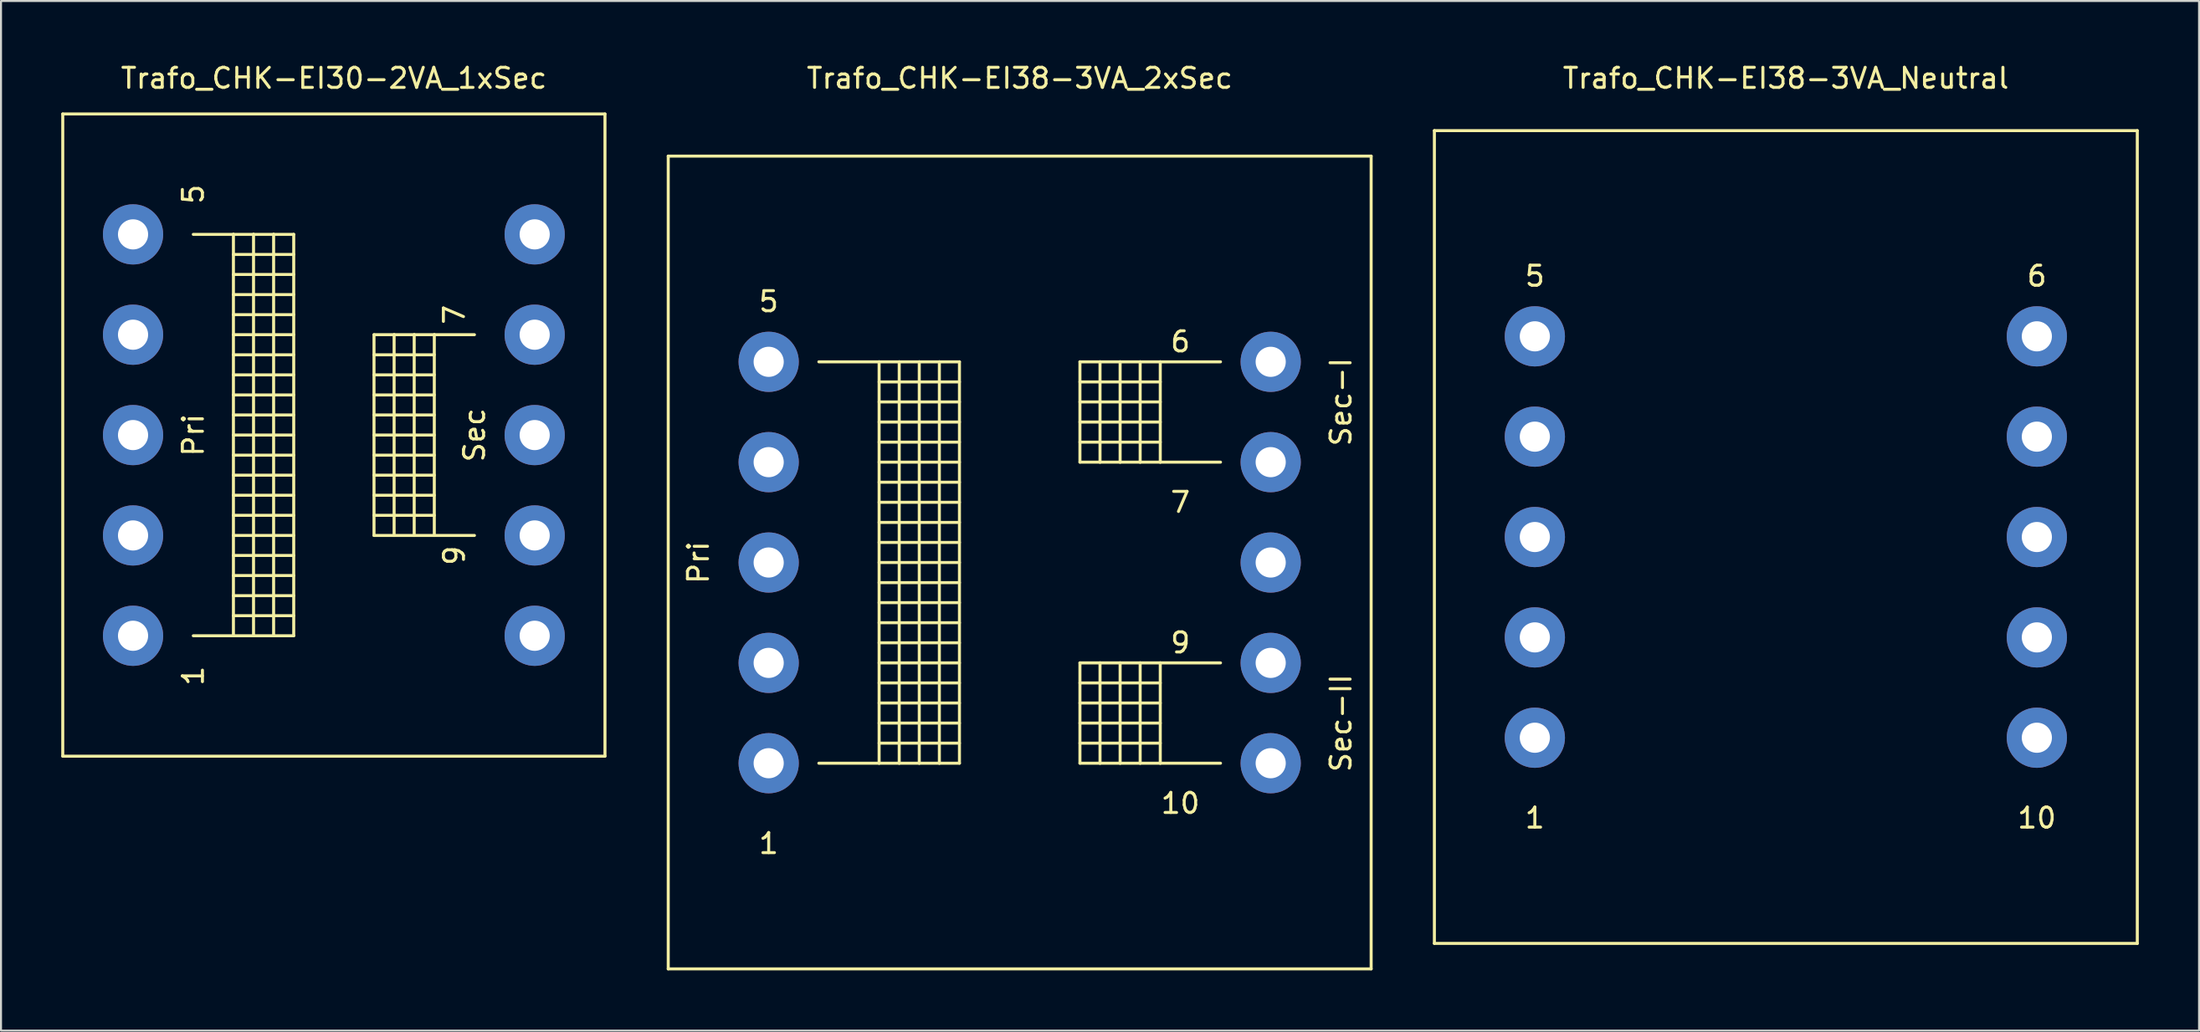
<source format=kicad_pcb>
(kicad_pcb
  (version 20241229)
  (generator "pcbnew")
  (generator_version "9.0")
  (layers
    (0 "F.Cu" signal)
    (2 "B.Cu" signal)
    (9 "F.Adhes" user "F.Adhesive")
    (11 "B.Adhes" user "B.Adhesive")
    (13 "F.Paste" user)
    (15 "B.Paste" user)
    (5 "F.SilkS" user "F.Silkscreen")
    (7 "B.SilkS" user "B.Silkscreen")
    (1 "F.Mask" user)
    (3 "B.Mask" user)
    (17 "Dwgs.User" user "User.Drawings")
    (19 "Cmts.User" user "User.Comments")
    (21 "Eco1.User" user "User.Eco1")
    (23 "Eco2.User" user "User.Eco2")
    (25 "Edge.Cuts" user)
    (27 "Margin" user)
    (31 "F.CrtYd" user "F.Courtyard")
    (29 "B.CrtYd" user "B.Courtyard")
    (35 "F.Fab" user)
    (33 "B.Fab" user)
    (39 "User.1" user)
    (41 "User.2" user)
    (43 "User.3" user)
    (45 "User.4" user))
  (footprint "Trafo_CHK-EI30-2VA_1xSec"
    (layer "F.Cu")
    (at 13.575 18.628)
    (property "Reference" "Trafo_CHK-EI30-2VA_1xSec" (at 0 -17.78 0) (layer "F.SilkS") (effects (font (size 1 1) (thickness 0.15))))
    (attr through_hole)
    (fp_line (start -13.5 -15.999) (end -13.5 15.999) (stroke (width 0.15) (type solid)) (layer "F.SilkS"))
    (fp_line (start -13.5 15.999) (end 13.5 15.999) (stroke (width 0.15) (type solid)) (layer "F.SilkS"))
    (fp_line (start -7 -10) (end -5.001 -10) (stroke (width 0.15) (type solid)) (layer "F.SilkS"))
    (fp_line (start -5.001 -10) (end -5.001 10) (stroke (width 0.15) (type solid)) (layer "F.SilkS"))
    (fp_line (start -5.001 -10) (end -4 -10) (stroke (width 0.15) (type solid)) (layer "F.SilkS"))
    (fp_line (start -5.001 -8.999) (end -1.999 -8.999) (stroke (width 0.15) (type solid)) (layer "F.SilkS"))
    (fp_line (start -5.001 -7) (end -1.999 -7) (stroke (width 0.15) (type solid)) (layer "F.SilkS"))
    (fp_line (start -5.001 -5.001) (end -1.999 -5.001) (stroke (width 0.15) (type solid)) (layer "F.SilkS"))
    (fp_line (start -5.001 -3) (end -1.999 -3) (stroke (width 0.15) (type solid)) (layer "F.SilkS"))
    (fp_line (start -5.001 -1.001) (end -1.999 -1.001) (stroke (width 0.15) (type solid)) (layer "F.SilkS"))
    (fp_line (start -5.001 1.001) (end -1.999 1.001) (stroke (width 0.15) (type solid)) (layer "F.SilkS"))
    (fp_line (start -5.001 3) (end -1.999 3) (stroke (width 0.15) (type solid)) (layer "F.SilkS"))
    (fp_line (start -5.001 5.001) (end -1.999 5.001) (stroke (width 0.15) (type solid)) (layer "F.SilkS"))
    (fp_line (start -5.001 7) (end -1.999 7) (stroke (width 0.15) (type solid)) (layer "F.SilkS"))
    (fp_line (start -5.001 8.999) (end -1.999 8.999) (stroke (width 0.15) (type solid)) (layer "F.SilkS"))
    (fp_line (start -5.001 10) (end -7 10) (stroke (width 0.15) (type solid)) (layer "F.SilkS"))
    (fp_line (start -4 -10) (end -4 10) (stroke (width 0.15) (type solid)) (layer "F.SilkS"))
    (fp_line (start -4 -10) (end -3 -10) (stroke (width 0.15) (type solid)) (layer "F.SilkS"))
    (fp_line (start -4 10) (end -5.001 10) (stroke (width 0.15) (type solid)) (layer "F.SilkS"))
    (fp_line (start -3 -10) (end -3 10) (stroke (width 0.15) (type solid)) (layer "F.SilkS"))
    (fp_line (start -3 -10) (end -1.999 -10) (stroke (width 0.15) (type solid)) (layer "F.SilkS"))
    (fp_line (start -3 10) (end -4 10) (stroke (width 0.15) (type solid)) (layer "F.SilkS"))
    (fp_line (start -1.999 -10) (end -1.999 10) (stroke (width 0.15) (type solid)) (layer "F.SilkS"))
    (fp_line (start -1.999 -8.001) (end -5.001 -8.001) (stroke (width 0.15) (type solid)) (layer "F.SilkS"))
    (fp_line (start -1.999 -5.999) (end -5.001 -5.999) (stroke (width 0.15) (type solid)) (layer "F.SilkS"))
    (fp_line (start -1.999 -4) (end -5.001 -4) (stroke (width 0.15) (type solid)) (layer "F.SilkS"))
    (fp_line (start -1.999 -1.999) (end -5.001 -1.999) (stroke (width 0.15) (type solid)) (layer "F.SilkS"))
    (fp_line (start -1.999 0) (end -5.001 0) (stroke (width 0.15) (type solid)) (layer "F.SilkS"))
    (fp_line (start -1.999 1.999) (end -5.001 1.999) (stroke (width 0.15) (type solid)) (layer "F.SilkS"))
    (fp_line (start -1.999 4) (end -5.001 4) (stroke (width 0.15) (type solid)) (layer "F.SilkS"))
    (fp_line (start -1.999 5.999) (end -5.001 5.999) (stroke (width 0.15) (type solid)) (layer "F.SilkS"))
    (fp_line (start -1.999 8.001) (end -5.001 8.001) (stroke (width 0.15) (type solid)) (layer "F.SilkS"))
    (fp_line (start -1.999 10) (end -3 10) (stroke (width 0.15) (type solid)) (layer "F.SilkS"))
    (fp_line (start 1.999 -5.001) (end 1.999 5.001) (stroke (width 0.15) (type solid)) (layer "F.SilkS"))
    (fp_line (start 1.999 -4) (end 5.001 -4) (stroke (width 0.15) (type solid)) (layer "F.SilkS"))
    (fp_line (start 1.999 -1.999) (end 5.001 -1.999) (stroke (width 0.15) (type solid)) (layer "F.SilkS"))
    (fp_line (start 1.999 0) (end 5.001 0) (stroke (width 0.15) (type solid)) (layer "F.SilkS"))
    (fp_line (start 1.999 1.999) (end 5.001 1.999) (stroke (width 0.15) (type solid)) (layer "F.SilkS"))
    (fp_line (start 1.999 4) (end 5.001 4) (stroke (width 0.15) (type solid)) (layer "F.SilkS"))
    (fp_line (start 1.999 5.001) (end 3 5.001) (stroke (width 0.15) (type solid)) (layer "F.SilkS"))
    (fp_line (start 3 -5.001) (end 1.999 -5.001) (stroke (width 0.15) (type solid)) (layer "F.SilkS"))
    (fp_line (start 3 -5.001) (end 3 5.001) (stroke (width 0.15) (type solid)) (layer "F.SilkS"))
    (fp_line (start 3 5.001) (end 4 5.001) (stroke (width 0.15) (type solid)) (layer "F.SilkS"))
    (fp_line (start 4 -5.001) (end 3 -5.001) (stroke (width 0.15) (type solid)) (layer "F.SilkS"))
    (fp_line (start 4 -5.001) (end 4 5.001) (stroke (width 0.15) (type solid)) (layer "F.SilkS"))
    (fp_line (start 4 5.001) (end 5.001 5.001) (stroke (width 0.15) (type solid)) (layer "F.SilkS"))
    (fp_line (start 5.001 -5.001) (end 4 -5.001) (stroke (width 0.15) (type solid)) (layer "F.SilkS"))
    (fp_line (start 5.001 -5.001) (end 5.001 5.001) (stroke (width 0.15) (type solid)) (layer "F.SilkS"))
    (fp_line (start 5.001 -3) (end 1.999 -3) (stroke (width 0.15) (type solid)) (layer "F.SilkS"))
    (fp_line (start 5.001 -1.001) (end 1.999 -1.001) (stroke (width 0.15) (type solid)) (layer "F.SilkS"))
    (fp_line (start 5.001 1.001) (end 1.999 1.001) (stroke (width 0.15) (type solid)) (layer "F.SilkS"))
    (fp_line (start 5.001 3) (end 1.999 3) (stroke (width 0.15) (type solid)) (layer "F.SilkS"))
    (fp_line (start 5.001 5.001) (end 7 5.001) (stroke (width 0.15) (type solid)) (layer "F.SilkS"))
    (fp_line (start 7 -5.001) (end 5.001 -5.001) (stroke (width 0.15) (type solid)) (layer "F.SilkS"))
    (fp_line (start 13.5 -15.999) (end -13.5 -15.999) (stroke (width 0.15) (type solid)) (layer "F.SilkS"))
    (fp_line (start 13.5 15.999) (end 13.5 -15.999) (stroke (width 0.15) (type solid)) (layer "F.SilkS"))
    (fp_text user "Pri" (at -7 0 90) (layer "F.SilkS") (effects (font (size 1 1) (thickness 0.15))))
    (fp_text user "7" (at 5.999 -5.999 90) (layer "F.SilkS") (effects (font (size 1 1) (thickness 0.15))))
    (fp_text user "Sec" (at 7 0 90) (layer "F.SilkS") (effects (font (size 1 1) (thickness 0.15))))
    (fp_text user "1" (at -7 11.999 90) (layer "F.SilkS") (effects (font (size 1 1) (thickness 0.15))))
    (fp_text user "9" (at 5.999 6.002 90) (layer "F.SilkS") (effects (font (size 1 1) (thickness 0.15))))
    (fp_text user "5" (at -7 -11.999 90) (layer "F.SilkS") (effects (font (size 1 1) (thickness 0.15))))
    (pad "1" thru_hole circle (at -10 10) (size 3 3) (drill 1.501) (layers "*.Cu" "*.Mask"))
    (pad "2" thru_hole circle (at -10 5.001) (size 3 3) (drill 1.501) (layers "*.Cu" "*.Mask"))
    (pad "3" thru_hole circle (at -10 0) (size 3 3) (drill 1.501) (layers "*.Cu" "*.Mask"))
    (pad "4" thru_hole circle (at -10 -5.001) (size 3 3) (drill 1.501) (layers "*.Cu" "*.Mask"))
    (pad "5" thru_hole circle (at -10 -10) (size 3 3) (drill 1.501) (layers "*.Cu" "*.Mask"))
    (pad "6" thru_hole circle (at 10 -10) (size 3 3) (drill 1.501) (layers "*.Cu" "*.Mask"))
    (pad "7" thru_hole circle (at 10 -5.001) (size 3 3) (drill 1.501) (layers "*.Cu" "*.Mask"))
    (pad "8" thru_hole circle (at 10 0) (size 3 3) (drill 1.501) (layers "*.Cu" "*.Mask"))
    (pad "9" thru_hole circle (at 10 5.001) (size 3 3) (drill 1.501) (layers "*.Cu" "*.Mask"))
    (pad "10" thru_hole circle (at 10 10) (size 3 3) (drill 1.501) (layers "*.Cu" "*.Mask")))
  (footprint "Trafo_CHK-EI38-3VA_2xSec"
    (layer "F.Cu")
    (at 47.726 24.978)
    (property "Reference" "Trafo_CHK-EI38-3VA_2xSec" (at 0 -24.13 0) (layer "F.SilkS") (effects (font (size 1 1) (thickness 0.15))))
    (attr through_hole)
    (fp_line (start -17.501 -20.249) (end -17.501 20.249) (stroke (width 0.15) (type solid)) (layer "F.SilkS"))
    (fp_line (start -17.501 20.249) (end 17.501 20.249) (stroke (width 0.15) (type solid)) (layer "F.SilkS"))
    (fp_line (start -10 -10) (end -7 -10) (stroke (width 0.15) (type solid)) (layer "F.SilkS"))
    (fp_line (start -7 -10) (end -7 10) (stroke (width 0.15) (type solid)) (layer "F.SilkS"))
    (fp_line (start -7 -10) (end -5.999 -10) (stroke (width 0.15) (type solid)) (layer "F.SilkS"))
    (fp_line (start -7 -8.999) (end -3 -8.999) (stroke (width 0.15) (type solid)) (layer "F.SilkS"))
    (fp_line (start -7 -8.001) (end -3 -8.001) (stroke (width 0.15) (type solid)) (layer "F.SilkS"))
    (fp_line (start -7 -7) (end -3 -7) (stroke (width 0.15) (type solid)) (layer "F.SilkS"))
    (fp_line (start -7 -5.999) (end -3 -5.999) (stroke (width 0.15) (type solid)) (layer "F.SilkS"))
    (fp_line (start -7 -5.001) (end -3 -5.001) (stroke (width 0.15) (type solid)) (layer "F.SilkS"))
    (fp_line (start -7 -4) (end -3 -4) (stroke (width 0.15) (type solid)) (layer "F.SilkS"))
    (fp_line (start -7 -3) (end -3 -3) (stroke (width 0.15) (type solid)) (layer "F.SilkS"))
    (fp_line (start -7 -1.999) (end -3 -1.999) (stroke (width 0.15) (type solid)) (layer "F.SilkS"))
    (fp_line (start -7 -1.001) (end -3 -1.001) (stroke (width 0.15) (type solid)) (layer "F.SilkS"))
    (fp_line (start -7 0) (end -3 0) (stroke (width 0.15) (type solid)) (layer "F.SilkS"))
    (fp_line (start -7 1.001) (end -3 1.001) (stroke (width 0.15) (type solid)) (layer "F.SilkS"))
    (fp_line (start -7 1.999) (end -3 1.999) (stroke (width 0.15) (type solid)) (layer "F.SilkS"))
    (fp_line (start -7 3) (end -3 3) (stroke (width 0.15) (type solid)) (layer "F.SilkS"))
    (fp_line (start -7 4) (end -3 4) (stroke (width 0.15) (type solid)) (layer "F.SilkS"))
    (fp_line (start -7 5.001) (end -3 5.001) (stroke (width 0.15) (type solid)) (layer "F.SilkS"))
    (fp_line (start -7 5.999) (end -3 5.999) (stroke (width 0.15) (type solid)) (layer "F.SilkS"))
    (fp_line (start -7 7) (end -3 7) (stroke (width 0.15) (type solid)) (layer "F.SilkS"))
    (fp_line (start -7 8.001) (end -3 8.001) (stroke (width 0.15) (type solid)) (layer "F.SilkS"))
    (fp_line (start -7 8.999) (end -3 8.999) (stroke (width 0.15) (type solid)) (layer "F.SilkS"))
    (fp_line (start -7 10) (end -10 10) (stroke (width 0.15) (type solid)) (layer "F.SilkS"))
    (fp_line (start -5.999 -10) (end -5.999 10) (stroke (width 0.15) (type solid)) (layer "F.SilkS"))
    (fp_line (start -5.999 -10) (end -5.001 -10) (stroke (width 0.15) (type solid)) (layer "F.SilkS"))
    (fp_line (start -5.999 10) (end -7 10) (stroke (width 0.15) (type solid)) (layer "F.SilkS"))
    (fp_line (start -5.001 -10) (end -5.001 10) (stroke (width 0.15) (type solid)) (layer "F.SilkS"))
    (fp_line (start -5.001 -10) (end -4 -10) (stroke (width 0.15) (type solid)) (layer "F.SilkS"))
    (fp_line (start -5.001 10) (end -5.999 10) (stroke (width 0.15) (type solid)) (layer "F.SilkS"))
    (fp_line (start -4 -10) (end -4 10) (stroke (width 0.15) (type solid)) (layer "F.SilkS"))
    (fp_line (start -4 -10) (end -3 -10) (stroke (width 0.15) (type solid)) (layer "F.SilkS"))
    (fp_line (start -4 10) (end -5.001 10) (stroke (width 0.15) (type solid)) (layer "F.SilkS"))
    (fp_line (start -3 -10) (end -3 10) (stroke (width 0.15) (type solid)) (layer "F.SilkS"))
    (fp_line (start -3 10) (end -4 10) (stroke (width 0.15) (type solid)) (layer "F.SilkS"))
    (fp_line (start 3 -10) (end 3 -5.001) (stroke (width 0.15) (type solid)) (layer "F.SilkS"))
    (fp_line (start 3 -8.999) (end 7 -8.999) (stroke (width 0.15) (type solid)) (layer "F.SilkS"))
    (fp_line (start 3 -7) (end 7 -7) (stroke (width 0.15) (type solid)) (layer "F.SilkS"))
    (fp_line (start 3 -5.001) (end 4 -5.001) (stroke (width 0.15) (type solid)) (layer "F.SilkS"))
    (fp_line (start 3 5.001) (end 3 10) (stroke (width 0.15) (type solid)) (layer "F.SilkS"))
    (fp_line (start 3 5.999) (end 7 5.999) (stroke (width 0.15) (type solid)) (layer "F.SilkS"))
    (fp_line (start 3 7) (end 7 7) (stroke (width 0.15) (type solid)) (layer "F.SilkS"))
    (fp_line (start 3 8.001) (end 7 8.001) (stroke (width 0.15) (type solid)) (layer "F.SilkS"))
    (fp_line (start 3 8.999) (end 7 8.999) (stroke (width 0.15) (type solid)) (layer "F.SilkS"))
    (fp_line (start 3 10) (end 4 10) (stroke (width 0.15) (type solid)) (layer "F.SilkS"))
    (fp_line (start 4 -10) (end 3 -10) (stroke (width 0.15) (type solid)) (layer "F.SilkS"))
    (fp_line (start 4 -10) (end 4 -5.001) (stroke (width 0.15) (type solid)) (layer "F.SilkS"))
    (fp_line (start 4 -5.001) (end 5.001 -5.001) (stroke (width 0.15) (type solid)) (layer "F.SilkS"))
    (fp_line (start 4 5.001) (end 3 5.001) (stroke (width 0.15) (type solid)) (layer "F.SilkS"))
    (fp_line (start 4 5.001) (end 4 10) (stroke (width 0.15) (type solid)) (layer "F.SilkS"))
    (fp_line (start 4 10) (end 5.001 10) (stroke (width 0.15) (type solid)) (layer "F.SilkS"))
    (fp_line (start 5.001 -10) (end 4 -10) (stroke (width 0.15) (type solid)) (layer "F.SilkS"))
    (fp_line (start 5.001 -10) (end 5.001 -5.001) (stroke (width 0.15) (type solid)) (layer "F.SilkS"))
    (fp_line (start 5.001 -5.001) (end 5.999 -5.001) (stroke (width 0.15) (type solid)) (layer "F.SilkS"))
    (fp_line (start 5.001 5.001) (end 4 5.001) (stroke (width 0.15) (type solid)) (layer "F.SilkS"))
    (fp_line (start 5.001 5.001) (end 5.001 10) (stroke (width 0.15) (type solid)) (layer "F.SilkS"))
    (fp_line (start 5.001 10) (end 5.999 10) (stroke (width 0.15) (type solid)) (layer "F.SilkS"))
    (fp_line (start 5.999 -10) (end 5.001 -10) (stroke (width 0.15) (type solid)) (layer "F.SilkS"))
    (fp_line (start 5.999 -10) (end 5.999 -5.001) (stroke (width 0.15) (type solid)) (layer "F.SilkS"))
    (fp_line (start 5.999 -5.001) (end 7 -5.001) (stroke (width 0.15) (type solid)) (layer "F.SilkS"))
    (fp_line (start 5.999 5.001) (end 5.001 5.001) (stroke (width 0.15) (type solid)) (layer "F.SilkS"))
    (fp_line (start 5.999 5.001) (end 5.999 10) (stroke (width 0.15) (type solid)) (layer "F.SilkS"))
    (fp_line (start 5.999 10) (end 7 10) (stroke (width 0.15) (type solid)) (layer "F.SilkS"))
    (fp_line (start 7 -10) (end 5.999 -10) (stroke (width 0.15) (type solid)) (layer "F.SilkS"))
    (fp_line (start 7 -10) (end 7 -5.001) (stroke (width 0.15) (type solid)) (layer "F.SilkS"))
    (fp_line (start 7 -8.001) (end 3 -8.001) (stroke (width 0.15) (type solid)) (layer "F.SilkS"))
    (fp_line (start 7 -5.999) (end 3 -5.999) (stroke (width 0.15) (type solid)) (layer "F.SilkS"))
    (fp_line (start 7 -5.001) (end 10 -5.001) (stroke (width 0.15) (type solid)) (layer "F.SilkS"))
    (fp_line (start 7 5.001) (end 5.999 5.001) (stroke (width 0.15) (type solid)) (layer "F.SilkS"))
    (fp_line (start 7 5.001) (end 7 10) (stroke (width 0.15) (type solid)) (layer "F.SilkS"))
    (fp_line (start 7 10) (end 10 10) (stroke (width 0.15) (type solid)) (layer "F.SilkS"))
    (fp_line (start 10 -10) (end 7 -10) (stroke (width 0.15) (type solid)) (layer "F.SilkS"))
    (fp_line (start 10 5.001) (end 7 5.001) (stroke (width 0.15) (type solid)) (layer "F.SilkS"))
    (fp_line (start 17.501 -20.249) (end -17.501 -20.249) (stroke (width 0.15) (type solid)) (layer "F.SilkS"))
    (fp_line (start 17.501 20.249) (end 17.501 -20.249) (stroke (width 0.15) (type solid)) (layer "F.SilkS"))
    (fp_text user "5" (at -12.499 -13 0) (layer "F.SilkS") (effects (font (size 1 1) (thickness 0.15))))
    (fp_text user "6" (at 8.001 -11.001 0) (layer "F.SilkS") (effects (font (size 1 1) (thickness 0.15))))
    (fp_text user "Pri" (at -15.999 0 90) (layer "F.SilkS") (effects (font (size 1 1) (thickness 0.15))))
    (fp_text user "7" (at 8.001 -3 0) (layer "F.SilkS") (effects (font (size 1 1) (thickness 0.15))))
    (fp_text user "Sec-II" (at 15.999 8.001 90) (layer "F.SilkS") (effects (font (size 1 1) (thickness 0.15))))
    (fp_text user "Sec-I" (at 15.999 -8.001 90) (layer "F.SilkS") (effects (font (size 1 1) (thickness 0.15))))
    (fp_text user "10" (at 8.001 11.999 0) (layer "F.SilkS") (effects (font (size 1 1) (thickness 0.15))))
    (fp_text user "9" (at 8.001 4 0) (layer "F.SilkS") (effects (font (size 1 1) (thickness 0.15))))
    (fp_text user "1" (at -12.499 14 0) (layer "F.SilkS") (effects (font (size 1 1) (thickness 0.15))))
    (pad "1" thru_hole circle (at -12.499 10) (size 3 3) (drill 1.501) (layers "*.Cu" "*.Mask"))
    (pad "2" thru_hole circle (at -12.499 5.001) (size 3 3) (drill 1.501) (layers "*.Cu" "*.Mask"))
    (pad "3" thru_hole circle (at -12.499 0) (size 3 3) (drill 1.501) (layers "*.Cu" "*.Mask"))
    (pad "4" thru_hole circle (at -12.499 -5.001) (size 3 3) (drill 1.501) (layers "*.Cu" "*.Mask"))
    (pad "5" thru_hole circle (at -12.499 -10) (size 3 3) (drill 1.501) (layers "*.Cu" "*.Mask"))
    (pad "6" thru_hole circle (at 12.499 -10) (size 3 3) (drill 1.501) (layers "*.Cu" "*.Mask"))
    (pad "7" thru_hole circle (at 12.499 -5.001) (size 3 3) (drill 1.501) (layers "*.Cu" "*.Mask"))
    (pad "8" thru_hole circle (at 12.499 0) (size 3 3) (drill 1.501) (layers "*.Cu" "*.Mask"))
    (pad "9" thru_hole circle (at 12.499 5.001) (size 3 3) (drill 1.501) (layers "*.Cu" "*.Mask"))
    (pad "10" thru_hole circle (at 12.499 10) (size 3 3) (drill 1.501) (layers "*.Cu" "*.Mask")))
  (footprint "Trafo_CHK-EI38-3VA_Neutral"
    (layer "F.Cu")
    (at 85.877 23.708)
    (property "Reference" "Trafo_CHK-EI38-3VA_Neutral" (at 0 -22.86 0) (layer "F.SilkS") (effects (font (size 1 1) (thickness 0.15))))
    (attr through_hole)
    (fp_line (start -17.501 -20.249) (end -17.501 20.249) (stroke (width 0.15) (type solid)) (layer "F.SilkS"))
    (fp_line (start -17.501 20.249) (end 17.501 20.249) (stroke (width 0.15) (type solid)) (layer "F.SilkS"))
    (fp_line (start 17.501 -20.249) (end -17.501 -20.249) (stroke (width 0.15) (type solid)) (layer "F.SilkS"))
    (fp_line (start 17.501 20.249) (end 17.501 -20.249) (stroke (width 0.15) (type solid)) (layer "F.SilkS"))
    (fp_text user "5" (at -12.499 -13 0) (layer "F.SilkS") (effects (font (size 1 1) (thickness 0.15))))
    (fp_text user "6" (at 12.499 -13 0) (layer "F.SilkS") (effects (font (size 1 1) (thickness 0.15))))
    (fp_text user "1" (at -12.499 14 0) (layer "F.SilkS") (effects (font (size 1 1) (thickness 0.15))))
    (fp_text user "10" (at 12.499 14 0) (layer "F.SilkS") (effects (font (size 1 1) (thickness 0.15))))
    (pad "1" thru_hole circle (at -12.499 10) (size 3 3) (drill 1.501) (layers "*.Cu" "*.Mask"))
    (pad "2" thru_hole circle (at -12.499 5.001) (size 3 3) (drill 1.501) (layers "*.Cu" "*.Mask"))
    (pad "3" thru_hole circle (at -12.499 0) (size 3 3) (drill 1.501) (layers "*.Cu" "*.Mask"))
    (pad "4" thru_hole circle (at -12.499 -5.001) (size 3 3) (drill 1.501) (layers "*.Cu" "*.Mask"))
    (pad "5" thru_hole circle (at -12.499 -10) (size 3 3) (drill 1.501) (layers "*.Cu" "*.Mask"))
    (pad "6" thru_hole circle (at 12.499 -10) (size 3 3) (drill 1.501) (layers "*.Cu" "*.Mask"))
    (pad "7" thru_hole circle (at 12.499 -5.001) (size 3 3) (drill 1.501) (layers "*.Cu" "*.Mask"))
    (pad "8" thru_hole circle (at 12.499 0) (size 3 3) (drill 1.501) (layers "*.Cu" "*.Mask"))
    (pad "9" thru_hole circle (at 12.499 5.001) (size 3 3) (drill 1.501) (layers "*.Cu" "*.Mask"))
    (pad "10" thru_hole circle (at 12.499 10) (size 3 3) (drill 1.501) (layers "*.Cu" "*.Mask")))
  (gr_rect
    (start -3 -3)
    (end 106.453 48.302)
    (stroke (width 0.1) (type default))
    (fill no)
    (layer "Edge.Cuts")))
</source>
